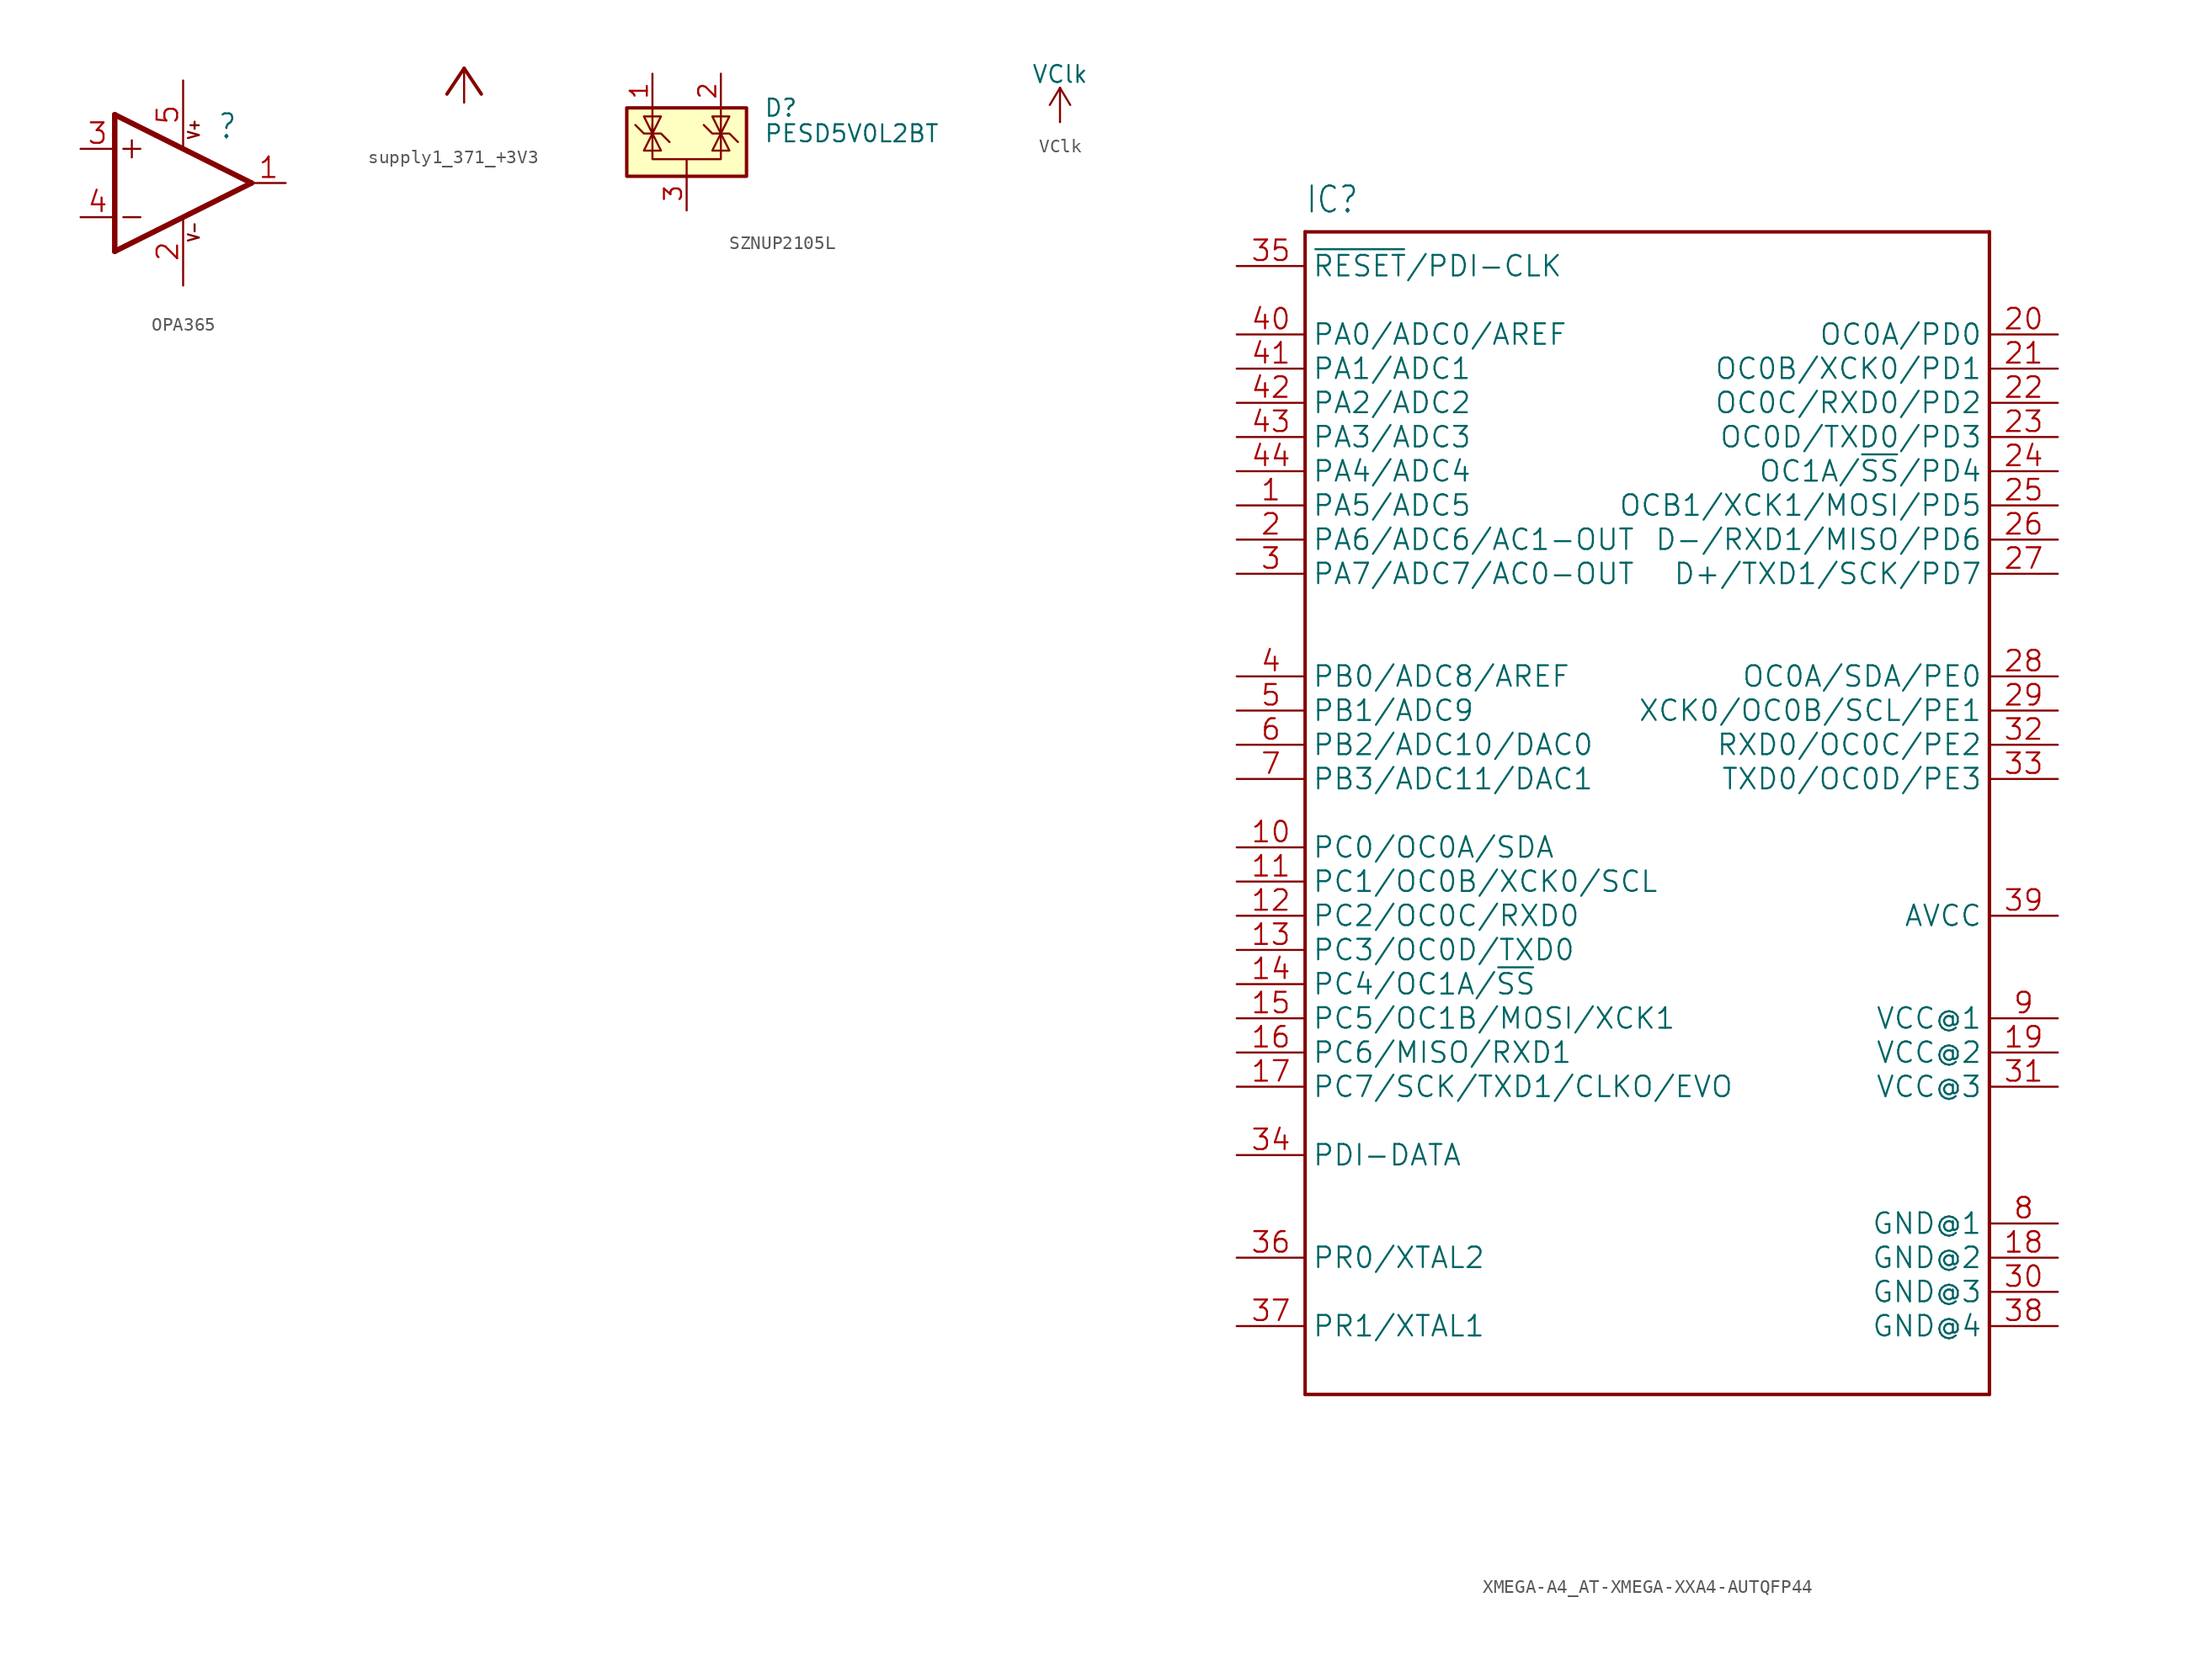
<source format=kicad_sym>
(kicad_symbol_lib
  (version 20241209)
  (generator "kicad_symbol_editor")
  (generator_version "9.0")
  (symbol "OPA365"
    (property "Reference" ""
      (at 2.54 3.175 0)
      (effects (font (size 1.778 1.511)) (justify left bottom)))
    (property "Value" ""
      (at 2.54 -5.08 0)
      (effects (font (size 1.778 1.511)) (justify left bottom)))
    (property "ki_locked" ""
      (at 0 0 0)
      (effects (font (size 1.27 1.27))))
    (symbol "OPA365_1_0"
      (polyline (pts (xy -5.08 5.08) (xy -5.08 -5.08)) (stroke (width 0.406) (type solid)) (fill (type none)))
      (polyline (pts (xy -5.08 -5.08) (xy 5.08 0)) (stroke (width 0.406) (type solid)) (fill (type none)))
      (polyline (pts (xy -4.445 2.54) (xy -3.175 2.54)) (stroke (width 0.152) (type solid)) (fill (type none)))
      (polyline (pts (xy -4.445 -2.54) (xy -3.175 -2.54)) (stroke (width 0.152) (type solid)) (fill (type none)))
      (polyline (pts (xy -3.81 3.175) (xy -3.81 1.905)) (stroke (width 0.152) (type solid)) (fill (type none)))
      (polyline (pts (xy 5.08 0) (xy -5.08 5.08)) (stroke (width 0.406) (type solid)) (fill (type none)))
      (text "V+" (at 1.27 3.175 900) (effects (font (size 0.813 0.691)) (justify left bottom)))
      (text "V-" (at 1.27 -4.445 900) (effects (font (size 0.813 0.691)) (justify left bottom)))
      (pin input line (at -7.62 2.54 0) (length 2.54) (name "+IN" (effects (font (size 0 0)))) (number "3" (effects (font (size 1.524 1.524)))))
      (pin input line (at -7.62 -2.54 0) (length 2.54) (name "-IN" (effects (font (size 0 0)))) (number "4" (effects (font (size 1.524 1.524)))))
      (pin power_in line (at 0 7.62 270) (length 5.08) (name "V+" (effects (font (size 0 0)))) (number "5" (effects (font (size 1.524 1.524)))))
      (pin power_in line (at 0 -7.62 90) (length 5.08) (name "V-" (effects (font (size 0 0)))) (number "2" (effects (font (size 1.524 1.524)))))
      (pin output line (at 7.62 0 180) (length 2.54) (name "OUT" (effects (font (size 0 0)))) (number "1" (effects (font (size 1.524 1.524)))))))
  (symbol "supply1_371_+3V3"
    (power)
    (property "Reference" "#+3V3"
      (at 0 0 0)
      (effects (font (size 1.27 1.27)) (hide yes)))
    (property "Value" ""
      (at -2.54 -5.08 90)
      (effects (font (size 1.778 1.511)) (justify left bottom)))
    (property "ki_locked" ""
      (at 0 0 0)
      (effects (font (size 1.27 1.27))))
    (symbol "supply1_371_+3V3_1_0"
      (polyline (pts (xy 0 0) (xy -1.27 -1.905)) (stroke (width 0.254) (type solid)) (fill (type none)))
      (polyline (pts (xy 1.27 -1.905) (xy 0 0)) (stroke (width 0.254) (type solid)) (fill (type none)))
      (pin power_in line (at 0 -2.54 90) (length 2.54) (name "+3V3" (effects (font (size 0 0)))) (number "1" (effects (font (size 0 0)))))))
  (symbol "SZNUP2105L"
    (pin_names
      (hide yes))
    (property "Reference" "D"
      (at 5.715 2.54 0)
      (effects (font (size 1.27 1.27)) (justify left)))
    (property "Value" "PESD5V0L2BT"
      (at 5.715 0.635 0)
      (effects (font (size 1.27 1.27)) (justify left)))
    (symbol "SZNUP2105L_0_0"
      (pin passive line (at 0 -5.08 90) (length 2.54) (name "A" (effects (font (size 1.27 1.27)))) (number "3" (effects (font (size 1.27 1.27))))))
    (symbol "SZNUP2105L_0_1"
      (rectangle (start -4.445 2.54) (end 4.445 -2.54) (stroke (width 0.254) (type default)) (fill (type background)))
      (polyline (pts (xy -3.81 1.27) (xy -3.175 0.635) (xy -1.905 0.635) (xy -1.27 0)) (stroke (width 0) (type default)) (fill (type none)))
      (polyline (pts (xy -2.54 2.54) (xy -2.54 0.635)) (stroke (width 0) (type default)) (fill (type none)))
      (polyline (pts (xy -2.54 0.635) (xy -2.54 -1.27) (xy 2.54 -1.27) (xy 2.54 0.635)) (stroke (width 0) (type default)) (fill (type none)))
      (polyline (pts (xy -2.54 0.635) (xy -1.905 -0.635) (xy -3.175 -0.635) (xy -2.54 0.635)) (stroke (width 0) (type default)) (fill (type none)))
      (polyline (pts (xy -2.54 0.635) (xy -3.175 1.905) (xy -1.905 1.905) (xy -2.54 0.635) (xy -2.54 1.27)) (stroke (width 0) (type default)) (fill (type none)))
      (polyline (pts (xy 0 -1.27) (xy 0 -2.54)) (stroke (width 0) (type default)) (fill (type none)))
      (polyline (pts (xy 1.27 1.27) (xy 1.905 0.635) (xy 2.54 0.635) (xy 3.175 0.635) (xy 3.81 0)) (stroke (width 0) (type default)) (fill (type none)))
      (polyline (pts (xy 2.54 2.54) (xy 2.54 0.635)) (stroke (width 0) (type default)) (fill (type none)))
      (polyline (pts (xy 2.54 0.635) (xy 1.905 -0.635) (xy 3.175 -0.635) (xy 2.54 0.635)) (stroke (width 0) (type default)) (fill (type none)))
      (polyline (pts (xy 2.54 0.635) (xy 3.175 1.905) (xy 1.905 1.905) (xy 2.54 0.635)) (stroke (width 0) (type default)) (fill (type none))))
    (symbol "SZNUP2105L_1_1"
      (pin passive line (at -2.54 5.08 270) (length 2.54) (name "K" (effects (font (size 1.27 1.27)))) (number "1" (effects (font (size 1.27 1.27)))))
      (pin passive line (at 2.54 5.08 270) (length 2.54) (name "K" (effects (font (size 1.27 1.27)))) (number "2" (effects (font (size 1.27 1.27)))))))
  (symbol "VClk"
    (power)
    (pin_numbers
      (hide yes))
    (pin_names
      (offset 0)
      (hide yes))
    (property "Reference" "#PWR"
      (at 0 -3.81 0)
      (effects (font (size 1.27 1.27)) (hide yes)))
    (property "Value" "VClk"
      (at 0 3.556 0)
      (effects (font (size 1.27 1.27))))
    (symbol "VClk_0_1"
      (polyline (pts (xy -0.762 1.27) (xy 0 2.54)) (stroke (width 0) (type default)) (fill (type none)))
      (polyline (pts (xy 0 2.54) (xy 0.762 1.27)) (stroke (width 0) (type default)) (fill (type none)))
      (polyline (pts (xy 0 0) (xy 0 2.54)) (stroke (width 0) (type default)) (fill (type none))))
    (symbol "VClk_1_1"
      (pin power_in line (at 0 0 90) (length 0) (name "~" (effects (font (size 1.27 1.27)))) (number "1" (effects (font (size 1.27 1.27)))))))
  (symbol "XMEGA-A4_AT-XMEGA-XXA4-AUTQFP44"
    (property "Reference" "IC"
      (at -25.4 44.45 0)
      (effects (font (size 1.93 1.641)) (justify left bottom)))
    (property "Value" ""
      (at -25.4 -46.99 0)
      (effects (font (size 1.93 1.641)) (justify left bottom)))
    (property "ki_locked" ""
      (at 0 0 0)
      (effects (font (size 1.27 1.27))))
    (symbol "XMEGA-A4_AT-XMEGA-XXA4-AUTQFP44_1_0"
      (polyline (pts (xy -25.4 43.18) (xy 25.4 43.18)) (stroke (width 0.254) (type solid)) (fill (type none)))
      (polyline (pts (xy -25.4 -43.18) (xy -25.4 43.18)) (stroke (width 0.254) (type solid)) (fill (type none)))
      (polyline (pts (xy 25.4 43.18) (xy 25.4 -43.18)) (stroke (width 0.254) (type solid)) (fill (type none)))
      (polyline (pts (xy 25.4 -43.18) (xy -25.4 -43.18)) (stroke (width 0.254) (type solid)) (fill (type none)))
      (pin input line (at -30.48 40.64 0) (length 5.08) (name "~{RESET}/PDI-CLK" (effects (font (size 1.524 1.524)))) (number "35" (effects (font (size 1.524 1.524)))))
      (pin bidirectional line (at -30.48 35.56 0) (length 5.08) (name "PA0/ADC0/AREF" (effects (font (size 1.524 1.524)))) (number "40" (effects (font (size 1.524 1.524)))))
      (pin bidirectional line (at -30.48 33.02 0) (length 5.08) (name "PA1/ADC1" (effects (font (size 1.524 1.524)))) (number "41" (effects (font (size 1.524 1.524)))))
      (pin bidirectional line (at -30.48 30.48 0) (length 5.08) (name "PA2/ADC2" (effects (font (size 1.524 1.524)))) (number "42" (effects (font (size 1.524 1.524)))))
      (pin bidirectional line (at -30.48 27.94 0) (length 5.08) (name "PA3/ADC3" (effects (font (size 1.524 1.524)))) (number "43" (effects (font (size 1.524 1.524)))))
      (pin bidirectional line (at -30.48 25.4 0) (length 5.08) (name "PA4/ADC4" (effects (font (size 1.524 1.524)))) (number "44" (effects (font (size 1.524 1.524)))))
      (pin bidirectional line (at -30.48 22.86 0) (length 5.08) (name "PA5/ADC5" (effects (font (size 1.524 1.524)))) (number "1" (effects (font (size 1.524 1.524)))))
      (pin bidirectional line (at -30.48 20.32 0) (length 5.08) (name "PA6/ADC6/AC1-OUT" (effects (font (size 1.524 1.524)))) (number "2" (effects (font (size 1.524 1.524)))))
      (pin bidirectional line (at -30.48 17.78 0) (length 5.08) (name "PA7/ADC7/AC0-OUT" (effects (font (size 1.524 1.524)))) (number "3" (effects (font (size 1.524 1.524)))))
      (pin bidirectional line (at -30.48 10.16 0) (length 5.08) (name "PB0/ADC8/AREF" (effects (font (size 1.524 1.524)))) (number "4" (effects (font (size 1.524 1.524)))))
      (pin bidirectional line (at -30.48 7.62 0) (length 5.08) (name "PB1/ADC9" (effects (font (size 1.524 1.524)))) (number "5" (effects (font (size 1.524 1.524)))))
      (pin bidirectional line (at -30.48 5.08 0) (length 5.08) (name "PB2/ADC10/DAC0" (effects (font (size 1.524 1.524)))) (number "6" (effects (font (size 1.524 1.524)))))
      (pin bidirectional line (at -30.48 2.54 0) (length 5.08) (name "PB3/ADC11/DAC1" (effects (font (size 1.524 1.524)))) (number "7" (effects (font (size 1.524 1.524)))))
      (pin bidirectional line (at -30.48 -2.54 0) (length 5.08) (name "PC0/OC0A/SDA" (effects (font (size 1.524 1.524)))) (number "10" (effects (font (size 1.524 1.524)))))
      (pin bidirectional line (at -30.48 -5.08 0) (length 5.08) (name "PC1/OC0B/XCK0/SCL" (effects (font (size 1.524 1.524)))) (number "11" (effects (font (size 1.524 1.524)))))
      (pin bidirectional line (at -30.48 -7.62 0) (length 5.08) (name "PC2/OC0C/RXD0" (effects (font (size 1.524 1.524)))) (number "12" (effects (font (size 1.524 1.524)))))
      (pin bidirectional line (at -30.48 -10.16 0) (length 5.08) (name "PC3/OC0D/TXD0" (effects (font (size 1.524 1.524)))) (number "13" (effects (font (size 1.524 1.524)))))
      (pin bidirectional line (at -30.48 -12.7 0) (length 5.08) (name "PC4/OC1A/~{SS}" (effects (font (size 1.524 1.524)))) (number "14" (effects (font (size 1.524 1.524)))))
      (pin bidirectional line (at -30.48 -15.24 0) (length 5.08) (name "PC5/OC1B/MOSI/XCK1" (effects (font (size 1.524 1.524)))) (number "15" (effects (font (size 1.524 1.524)))))
      (pin bidirectional line (at -30.48 -17.78 0) (length 5.08) (name "PC6/MISO/RXD1" (effects (font (size 1.524 1.524)))) (number "16" (effects (font (size 1.524 1.524)))))
      (pin bidirectional line (at -30.48 -20.32 0) (length 5.08) (name "PC7/SCK/TXD1/CLKO/EVO" (effects (font (size 1.524 1.524)))) (number "17" (effects (font (size 1.524 1.524)))))
      (pin bidirectional line (at -30.48 -25.4 0) (length 5.08) (name "PDI-DATA" (effects (font (size 1.524 1.524)))) (number "34" (effects (font (size 1.524 1.524)))))
      (pin bidirectional line (at -30.48 -33.02 0) (length 5.08) (name "PR0/XTAL2" (effects (font (size 1.524 1.524)))) (number "36" (effects (font (size 1.524 1.524)))))
      (pin bidirectional line (at -30.48 -38.1 0) (length 5.08) (name "PR1/XTAL1" (effects (font (size 1.524 1.524)))) (number "37" (effects (font (size 1.524 1.524)))))
      (pin bidirectional line (at 30.48 35.56 180) (length 5.08) (name "OC0A/PD0" (effects (font (size 1.524 1.524)))) (number "20" (effects (font (size 1.524 1.524)))))
      (pin bidirectional line (at 30.48 33.02 180) (length 5.08) (name "OC0B/XCK0/PD1" (effects (font (size 1.524 1.524)))) (number "21" (effects (font (size 1.524 1.524)))))
      (pin bidirectional line (at 30.48 30.48 180) (length 5.08) (name "OC0C/RXD0/PD2" (effects (font (size 1.524 1.524)))) (number "22" (effects (font (size 1.524 1.524)))))
      (pin bidirectional line (at 30.48 27.94 180) (length 5.08) (name "OC0D/TXD0/PD3" (effects (font (size 1.524 1.524)))) (number "23" (effects (font (size 1.524 1.524)))))
      (pin bidirectional line (at 30.48 25.4 180) (length 5.08) (name "OC1A/~{SS}/PD4" (effects (font (size 1.524 1.524)))) (number "24" (effects (font (size 1.524 1.524)))))
      (pin bidirectional line (at 30.48 22.86 180) (length 5.08) (name "OCB1/XCK1/MOSI/PD5" (effects (font (size 1.524 1.524)))) (number "25" (effects (font (size 1.524 1.524)))))
      (pin bidirectional line (at 30.48 20.32 180) (length 5.08) (name "D-/RXD1/MISO/PD6" (effects (font (size 1.524 1.524)))) (number "26" (effects (font (size 1.524 1.524)))))
      (pin bidirectional line (at 30.48 17.78 180) (length 5.08) (name "D+/TXD1/SCK/PD7" (effects (font (size 1.524 1.524)))) (number "27" (effects (font (size 1.524 1.524)))))
      (pin bidirectional line (at 30.48 10.16 180) (length 5.08) (name "OC0A/SDA/PE0" (effects (font (size 1.524 1.524)))) (number "28" (effects (font (size 1.524 1.524)))))
      (pin bidirectional line (at 30.48 7.62 180) (length 5.08) (name "XCK0/OC0B/SCL/PE1" (effects (font (size 1.524 1.524)))) (number "29" (effects (font (size 1.524 1.524)))))
      (pin bidirectional line (at 30.48 5.08 180) (length 5.08) (name "RXD0/OC0C/PE2" (effects (font (size 1.524 1.524)))) (number "32" (effects (font (size 1.524 1.524)))))
      (pin bidirectional line (at 30.48 2.54 180) (length 5.08) (name "TXD0/OC0D/PE3" (effects (font (size 1.524 1.524)))) (number "33" (effects (font (size 1.524 1.524)))))
      (pin power_in line (at 30.48 -7.62 180) (length 5.08) (name "AVCC" (effects (font (size 1.524 1.524)))) (number "39" (effects (font (size 1.524 1.524)))))
      (pin power_in line (at 30.48 -15.24 180) (length 5.08) (name "VCC@1" (effects (font (size 1.524 1.524)))) (number "9" (effects (font (size 1.524 1.524)))))
      (pin power_in line (at 30.48 -17.78 180) (length 5.08) (name "VCC@2" (effects (font (size 1.524 1.524)))) (number "19" (effects (font (size 1.524 1.524)))))
      (pin power_in line (at 30.48 -20.32 180) (length 5.08) (name "VCC@3" (effects (font (size 1.524 1.524)))) (number "31" (effects (font (size 1.524 1.524)))))
      (pin power_in line (at 30.48 -30.48 180) (length 5.08) (name "GND@1" (effects (font (size 1.524 1.524)))) (number "8" (effects (font (size 1.524 1.524)))))
      (pin power_in line (at 30.48 -33.02 180) (length 5.08) (name "GND@2" (effects (font (size 1.524 1.524)))) (number "18" (effects (font (size 1.524 1.524)))))
      (pin power_in line (at 30.48 -35.56 180) (length 5.08) (name "GND@3" (effects (font (size 1.524 1.524)))) (number "30" (effects (font (size 1.524 1.524)))))
      (pin power_in line (at 30.48 -38.1 180) (length 5.08) (name "GND@4" (effects (font (size 1.524 1.524)))) (number "38" (effects (font (size 1.524 1.524))))))))
</source>
